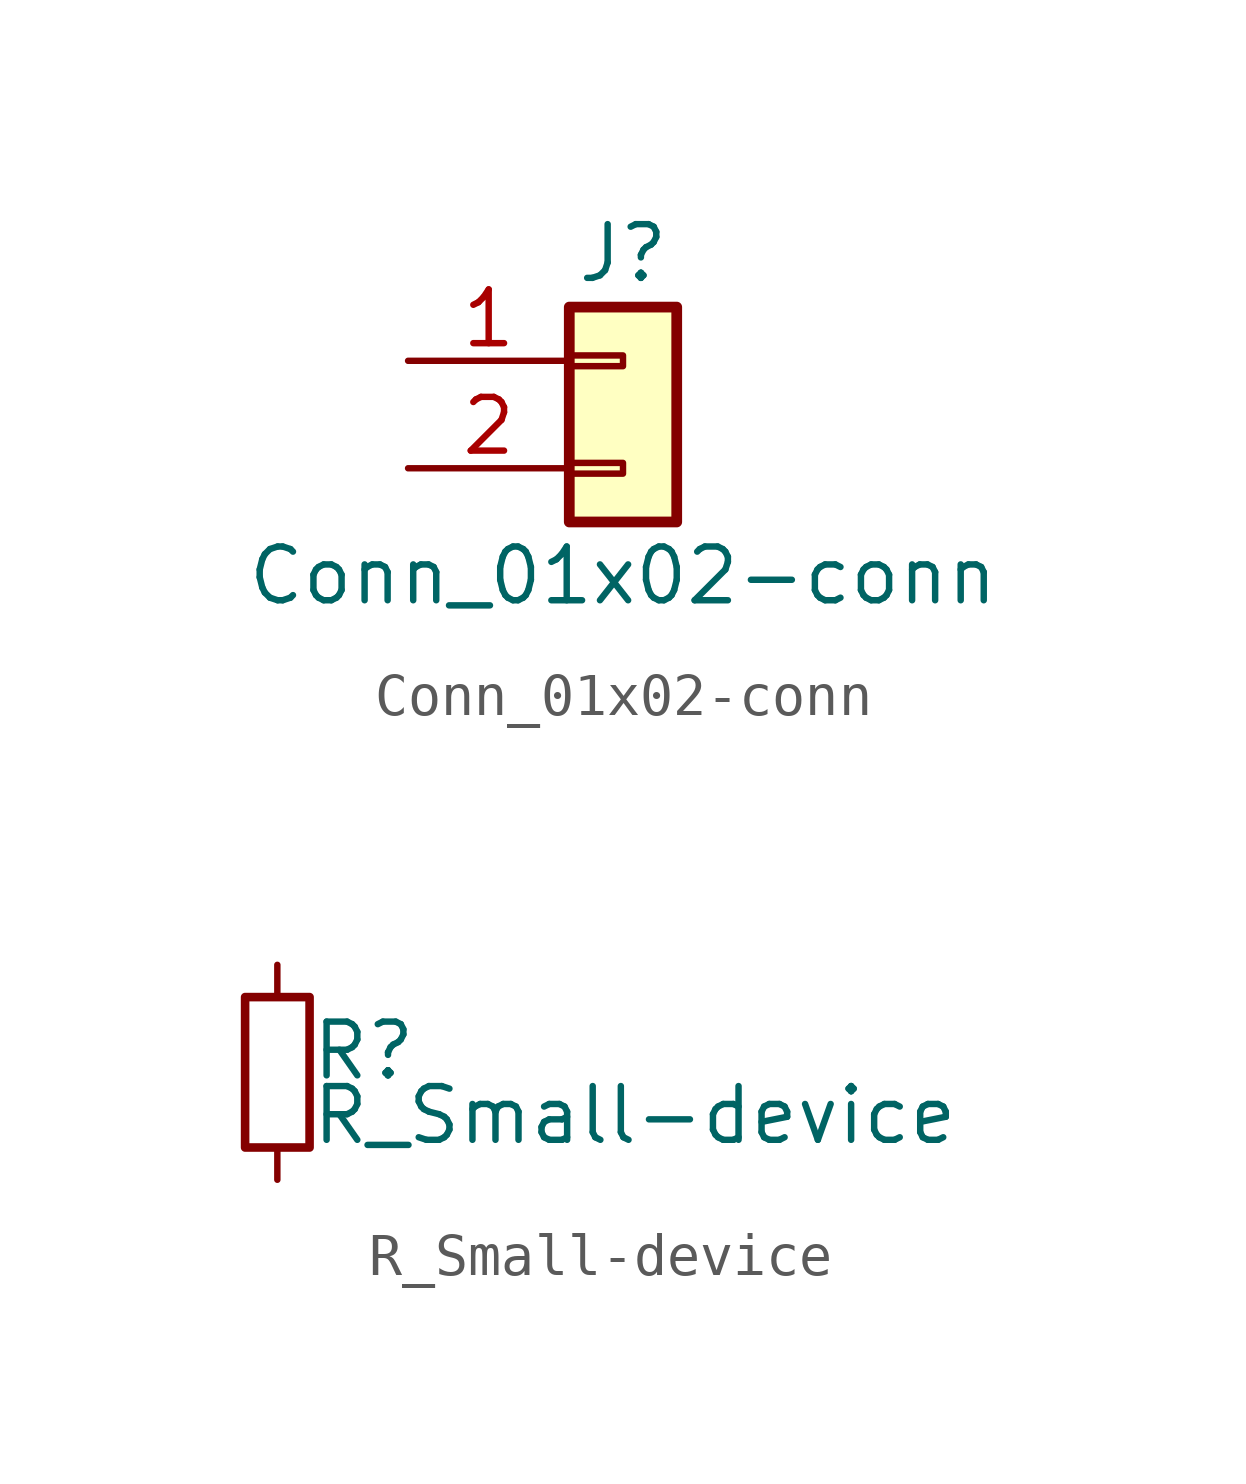
<source format=kicad_sym>
(kicad_symbol_lib
  (version 20231120)
  (generator "kicad_symbol_editor")
  (generator_version "8.0")
  (symbol "Conn_01x02-conn"
    (pin_names
      (offset 1.016) hide)
    (property "Reference" "J"
      (at 0 2.54 0)
      (effects (font (size 1.27 1.27))))
    (property "Value" "Conn_01x02-conn"
      (at 0 -5.08 0)
      (effects (font (size 1.27 1.27))))
    (symbol "Conn_01x02-conn_1_1"
      (rectangle (start -1.27 -2.413) (end 0 -2.667) (stroke (width 0.152) (type solid)) (fill (type none)))
      (rectangle (start -1.27 0.127) (end 0 -0.127) (stroke (width 0.152) (type solid)) (fill (type none)))
      (rectangle (start -1.27 1.27) (end 1.27 -3.81) (stroke (width 0.254) (type solid)) (fill (type background)))
      (pin passive line (at -5.08 0 0) (length 3.81) (name "Pin_1" (effects (font (size 1.27 1.27)))) (number "1" (effects (font (size 1.27 1.27)))))
      (pin passive line (at -5.08 -2.54 0) (length 3.81) (name "Pin_2" (effects (font (size 1.27 1.27)))) (number "2" (effects (font (size 1.27 1.27)))))))
  (symbol "R_Small-device"
    (pin_numbers hide)
    (pin_names
      (offset 0.254) hide)
    (property "Reference" "R"
      (at 0.762 0.508 0)
      (effects (font (size 1.27 1.27)) (justify left)))
    (property "Value" "R_Small-device"
      (at 0.762 -1.016 0)
      (effects (font (size 1.27 1.27)) (justify left)))
    (symbol "R_Small-device_0_1"
      (rectangle (start -0.762 1.778) (end 0.762 -1.778) (stroke (width 0.203) (type solid)) (fill (type none))))
    (symbol "R_Small-device_1_1"
      (pin passive line (at 0 2.54 270) (length 0.762) (name "~" (effects (font (size 1.27 1.27)))) (number "1" (effects (font (size 1.27 1.27)))))
      (pin passive line (at 0 -2.54 90) (length 0.762) (name "~" (effects (font (size 1.27 1.27)))) (number "2" (effects (font (size 1.27 1.27))))))))
</source>
